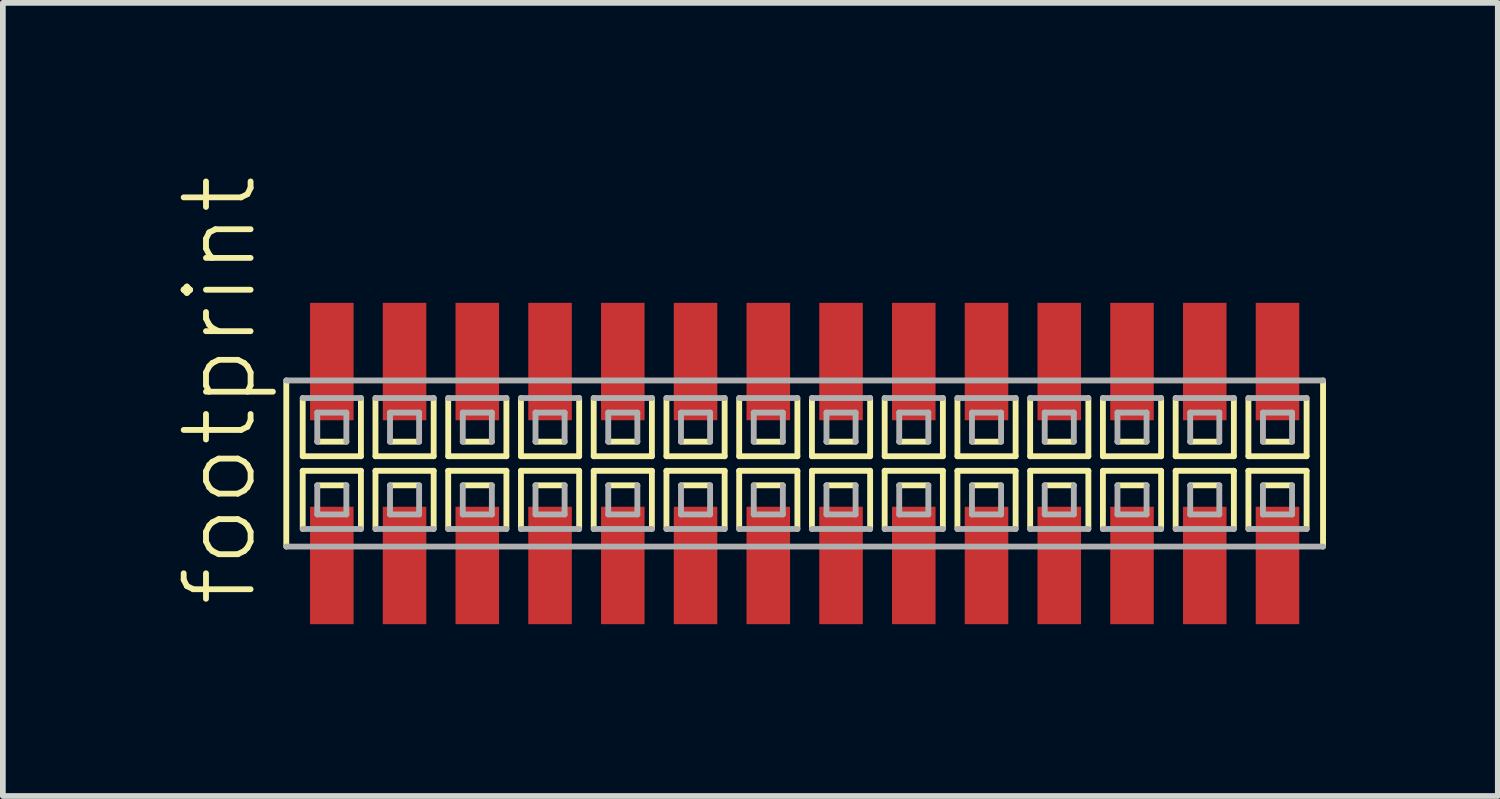
<source format=kicad_pcb>
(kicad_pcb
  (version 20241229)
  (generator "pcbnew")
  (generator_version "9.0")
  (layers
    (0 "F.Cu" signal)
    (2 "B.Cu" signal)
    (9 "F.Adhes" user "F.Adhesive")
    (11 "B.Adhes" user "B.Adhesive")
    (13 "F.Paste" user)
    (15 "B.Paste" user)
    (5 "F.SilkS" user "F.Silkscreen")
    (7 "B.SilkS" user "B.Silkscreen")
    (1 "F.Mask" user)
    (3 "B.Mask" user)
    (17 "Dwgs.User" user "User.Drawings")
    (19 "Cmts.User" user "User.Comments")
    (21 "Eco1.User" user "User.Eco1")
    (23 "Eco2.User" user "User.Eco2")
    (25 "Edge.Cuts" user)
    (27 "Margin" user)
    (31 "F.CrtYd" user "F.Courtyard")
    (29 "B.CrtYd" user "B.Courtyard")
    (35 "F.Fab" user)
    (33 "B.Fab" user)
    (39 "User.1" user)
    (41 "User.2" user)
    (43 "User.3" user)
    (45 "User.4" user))
  (footprint "footprint"
    (layer "F.Cu")
    (at 10.998 5.042)
    (property "Reference" "footprint" (at -9.525 2.54 90) (layer "F.SilkS") (effects (font (size 1.168 1.168) (thickness 0.102)) (justify left bottom)))
    (fp_line (start -9.05 -1.45) (end -9.05 1.45) (stroke (width 0.102) (type solid)) (layer "F.SilkS"))
    (fp_line (start -8.763 -1.143) (end -8.763 -0.127) (stroke (width 0.102) (type solid)) (layer "F.SilkS"))
    (fp_line (start -8.763 -0.127) (end -7.747 -0.127) (stroke (width 0.102) (type solid)) (layer "F.SilkS"))
    (fp_line (start -8.763 0.127) (end -8.763 1.143) (stroke (width 0.102) (type solid)) (layer "F.SilkS"))
    (fp_line (start -8.509 -0.381) (end -8.001 -0.381) (stroke (width 0.102) (type solid)) (layer "F.SilkS"))
    (fp_line (start -8.001 0.381) (end -8.509 0.381) (stroke (width 0.102) (type solid)) (layer "F.SilkS"))
    (fp_line (start -7.747 -0.127) (end -7.747 -1.143) (stroke (width 0.102) (type solid)) (layer "F.SilkS"))
    (fp_line (start -7.747 0.127) (end -8.763 0.127) (stroke (width 0.102) (type solid)) (layer "F.SilkS"))
    (fp_line (start -7.747 1.143) (end -7.747 0.127) (stroke (width 0.102) (type solid)) (layer "F.SilkS"))
    (fp_line (start -7.493 -1.143) (end -7.493 -0.127) (stroke (width 0.102) (type solid)) (layer "F.SilkS"))
    (fp_line (start -7.493 -0.127) (end -6.477 -0.127) (stroke (width 0.102) (type solid)) (layer "F.SilkS"))
    (fp_line (start -7.493 0.127) (end -7.493 1.143) (stroke (width 0.102) (type solid)) (layer "F.SilkS"))
    (fp_line (start -7.239 -0.381) (end -6.731 -0.381) (stroke (width 0.102) (type solid)) (layer "F.SilkS"))
    (fp_line (start -6.731 0.381) (end -7.239 0.381) (stroke (width 0.102) (type solid)) (layer "F.SilkS"))
    (fp_line (start -6.477 -0.127) (end -6.477 -1.143) (stroke (width 0.102) (type solid)) (layer "F.SilkS"))
    (fp_line (start -6.477 0.127) (end -7.493 0.127) (stroke (width 0.102) (type solid)) (layer "F.SilkS"))
    (fp_line (start -6.477 1.143) (end -6.477 0.127) (stroke (width 0.102) (type solid)) (layer "F.SilkS"))
    (fp_line (start -6.223 -1.143) (end -6.223 -0.127) (stroke (width 0.102) (type solid)) (layer "F.SilkS"))
    (fp_line (start -6.223 -0.127) (end -5.207 -0.127) (stroke (width 0.102) (type solid)) (layer "F.SilkS"))
    (fp_line (start -6.223 0.127) (end -6.223 1.143) (stroke (width 0.102) (type solid)) (layer "F.SilkS"))
    (fp_line (start -5.969 -0.381) (end -5.461 -0.381) (stroke (width 0.102) (type solid)) (layer "F.SilkS"))
    (fp_line (start -5.461 0.381) (end -5.969 0.381) (stroke (width 0.102) (type solid)) (layer "F.SilkS"))
    (fp_line (start -5.207 -0.127) (end -5.207 -1.143) (stroke (width 0.102) (type solid)) (layer "F.SilkS"))
    (fp_line (start -5.207 0.127) (end -6.223 0.127) (stroke (width 0.102) (type solid)) (layer "F.SilkS"))
    (fp_line (start -5.207 1.143) (end -5.207 0.127) (stroke (width 0.102) (type solid)) (layer "F.SilkS"))
    (fp_line (start -4.953 -1.143) (end -4.953 -0.127) (stroke (width 0.102) (type solid)) (layer "F.SilkS"))
    (fp_line (start -4.953 -0.127) (end -3.937 -0.127) (stroke (width 0.102) (type solid)) (layer "F.SilkS"))
    (fp_line (start -4.953 0.127) (end -4.953 1.143) (stroke (width 0.102) (type solid)) (layer "F.SilkS"))
    (fp_line (start -4.699 -0.381) (end -4.191 -0.381) (stroke (width 0.102) (type solid)) (layer "F.SilkS"))
    (fp_line (start -4.191 0.381) (end -4.699 0.381) (stroke (width 0.102) (type solid)) (layer "F.SilkS"))
    (fp_line (start -3.937 -0.127) (end -3.937 -1.143) (stroke (width 0.102) (type solid)) (layer "F.SilkS"))
    (fp_line (start -3.937 0.127) (end -4.953 0.127) (stroke (width 0.102) (type solid)) (layer "F.SilkS"))
    (fp_line (start -3.937 1.143) (end -3.937 0.127) (stroke (width 0.102) (type solid)) (layer "F.SilkS"))
    (fp_line (start -3.683 -1.143) (end -3.683 -0.127) (stroke (width 0.102) (type solid)) (layer "F.SilkS"))
    (fp_line (start -3.683 -0.127) (end -2.667 -0.127) (stroke (width 0.102) (type solid)) (layer "F.SilkS"))
    (fp_line (start -3.683 0.127) (end -3.683 1.143) (stroke (width 0.102) (type solid)) (layer "F.SilkS"))
    (fp_line (start -3.429 -0.381) (end -2.921 -0.381) (stroke (width 0.102) (type solid)) (layer "F.SilkS"))
    (fp_line (start -2.921 0.381) (end -3.429 0.381) (stroke (width 0.102) (type solid)) (layer "F.SilkS"))
    (fp_line (start -2.667 -0.127) (end -2.667 -1.143) (stroke (width 0.102) (type solid)) (layer "F.SilkS"))
    (fp_line (start -2.667 0.127) (end -3.683 0.127) (stroke (width 0.102) (type solid)) (layer "F.SilkS"))
    (fp_line (start -2.667 1.143) (end -2.667 0.127) (stroke (width 0.102) (type solid)) (layer "F.SilkS"))
    (fp_line (start -2.413 -1.143) (end -2.413 -0.127) (stroke (width 0.102) (type solid)) (layer "F.SilkS"))
    (fp_line (start -2.413 -0.127) (end -1.397 -0.127) (stroke (width 0.102) (type solid)) (layer "F.SilkS"))
    (fp_line (start -2.413 0.127) (end -2.413 1.143) (stroke (width 0.102) (type solid)) (layer "F.SilkS"))
    (fp_line (start -2.159 -0.381) (end -1.651 -0.381) (stroke (width 0.102) (type solid)) (layer "F.SilkS"))
    (fp_line (start -1.651 0.381) (end -2.159 0.381) (stroke (width 0.102) (type solid)) (layer "F.SilkS"))
    (fp_line (start -1.397 -0.127) (end -1.397 -1.143) (stroke (width 0.102) (type solid)) (layer "F.SilkS"))
    (fp_line (start -1.397 0.127) (end -2.413 0.127) (stroke (width 0.102) (type solid)) (layer "F.SilkS"))
    (fp_line (start -1.397 1.143) (end -1.397 0.127) (stroke (width 0.102) (type solid)) (layer "F.SilkS"))
    (fp_line (start -1.143 -1.143) (end -1.143 -0.127) (stroke (width 0.102) (type solid)) (layer "F.SilkS"))
    (fp_line (start -1.143 -0.127) (end -0.127 -0.127) (stroke (width 0.102) (type solid)) (layer "F.SilkS"))
    (fp_line (start -1.143 0.127) (end -1.143 1.143) (stroke (width 0.102) (type solid)) (layer "F.SilkS"))
    (fp_line (start -0.889 -0.381) (end -0.381 -0.381) (stroke (width 0.102) (type solid)) (layer "F.SilkS"))
    (fp_line (start -0.381 0.381) (end -0.889 0.381) (stroke (width 0.102) (type solid)) (layer "F.SilkS"))
    (fp_line (start -0.127 -0.127) (end -0.127 -1.143) (stroke (width 0.102) (type solid)) (layer "F.SilkS"))
    (fp_line (start -0.127 0.127) (end -1.143 0.127) (stroke (width 0.102) (type solid)) (layer "F.SilkS"))
    (fp_line (start -0.127 1.143) (end -0.127 0.127) (stroke (width 0.102) (type solid)) (layer "F.SilkS"))
    (fp_line (start 0.127 -1.143) (end 0.127 -0.127) (stroke (width 0.102) (type solid)) (layer "F.SilkS"))
    (fp_line (start 0.127 -0.127) (end 1.143 -0.127) (stroke (width 0.102) (type solid)) (layer "F.SilkS"))
    (fp_line (start 0.127 0.127) (end 0.127 1.143) (stroke (width 0.102) (type solid)) (layer "F.SilkS"))
    (fp_line (start 0.381 -0.381) (end 0.889 -0.381) (stroke (width 0.102) (type solid)) (layer "F.SilkS"))
    (fp_line (start 0.889 0.381) (end 0.381 0.381) (stroke (width 0.102) (type solid)) (layer "F.SilkS"))
    (fp_line (start 1.143 -0.127) (end 1.143 -1.143) (stroke (width 0.102) (type solid)) (layer "F.SilkS"))
    (fp_line (start 1.143 0.127) (end 0.127 0.127) (stroke (width 0.102) (type solid)) (layer "F.SilkS"))
    (fp_line (start 1.143 1.143) (end 1.143 0.127) (stroke (width 0.102) (type solid)) (layer "F.SilkS"))
    (fp_line (start 1.397 -1.143) (end 1.397 -0.127) (stroke (width 0.102) (type solid)) (layer "F.SilkS"))
    (fp_line (start 1.397 -0.127) (end 2.413 -0.127) (stroke (width 0.102) (type solid)) (layer "F.SilkS"))
    (fp_line (start 1.397 0.127) (end 1.397 1.143) (stroke (width 0.102) (type solid)) (layer "F.SilkS"))
    (fp_line (start 1.651 -0.381) (end 2.159 -0.381) (stroke (width 0.102) (type solid)) (layer "F.SilkS"))
    (fp_line (start 2.159 0.381) (end 1.651 0.381) (stroke (width 0.102) (type solid)) (layer "F.SilkS"))
    (fp_line (start 2.413 -0.127) (end 2.413 -1.143) (stroke (width 0.102) (type solid)) (layer "F.SilkS"))
    (fp_line (start 2.413 0.127) (end 1.397 0.127) (stroke (width 0.102) (type solid)) (layer "F.SilkS"))
    (fp_line (start 2.413 1.143) (end 2.413 0.127) (stroke (width 0.102) (type solid)) (layer "F.SilkS"))
    (fp_line (start 2.667 -1.143) (end 2.667 -0.127) (stroke (width 0.102) (type solid)) (layer "F.SilkS"))
    (fp_line (start 2.667 -0.127) (end 3.683 -0.127) (stroke (width 0.102) (type solid)) (layer "F.SilkS"))
    (fp_line (start 2.667 0.127) (end 2.667 1.143) (stroke (width 0.102) (type solid)) (layer "F.SilkS"))
    (fp_line (start 2.921 -0.381) (end 3.429 -0.381) (stroke (width 0.102) (type solid)) (layer "F.SilkS"))
    (fp_line (start 3.429 0.381) (end 2.921 0.381) (stroke (width 0.102) (type solid)) (layer "F.SilkS"))
    (fp_line (start 3.683 -0.127) (end 3.683 -1.143) (stroke (width 0.102) (type solid)) (layer "F.SilkS"))
    (fp_line (start 3.683 0.127) (end 2.667 0.127) (stroke (width 0.102) (type solid)) (layer "F.SilkS"))
    (fp_line (start 3.683 1.143) (end 3.683 0.127) (stroke (width 0.102) (type solid)) (layer "F.SilkS"))
    (fp_line (start 3.937 -1.143) (end 3.937 -0.127) (stroke (width 0.102) (type solid)) (layer "F.SilkS"))
    (fp_line (start 3.937 -0.127) (end 4.953 -0.127) (stroke (width 0.102) (type solid)) (layer "F.SilkS"))
    (fp_line (start 3.937 0.127) (end 3.937 1.143) (stroke (width 0.102) (type solid)) (layer "F.SilkS"))
    (fp_line (start 4.191 -0.381) (end 4.699 -0.381) (stroke (width 0.102) (type solid)) (layer "F.SilkS"))
    (fp_line (start 4.699 0.381) (end 4.191 0.381) (stroke (width 0.102) (type solid)) (layer "F.SilkS"))
    (fp_line (start 4.953 -0.127) (end 4.953 -1.143) (stroke (width 0.102) (type solid)) (layer "F.SilkS"))
    (fp_line (start 4.953 0.127) (end 3.937 0.127) (stroke (width 0.102) (type solid)) (layer "F.SilkS"))
    (fp_line (start 4.953 1.143) (end 4.953 0.127) (stroke (width 0.102) (type solid)) (layer "F.SilkS"))
    (fp_line (start 5.207 -1.143) (end 5.207 -0.127) (stroke (width 0.102) (type solid)) (layer "F.SilkS"))
    (fp_line (start 5.207 -0.127) (end 6.223 -0.127) (stroke (width 0.102) (type solid)) (layer "F.SilkS"))
    (fp_line (start 5.207 0.127) (end 5.207 1.143) (stroke (width 0.102) (type solid)) (layer "F.SilkS"))
    (fp_line (start 5.461 -0.381) (end 5.969 -0.381) (stroke (width 0.102) (type solid)) (layer "F.SilkS"))
    (fp_line (start 5.969 0.381) (end 5.461 0.381) (stroke (width 0.102) (type solid)) (layer "F.SilkS"))
    (fp_line (start 6.223 -0.127) (end 6.223 -1.143) (stroke (width 0.102) (type solid)) (layer "F.SilkS"))
    (fp_line (start 6.223 0.127) (end 5.207 0.127) (stroke (width 0.102) (type solid)) (layer "F.SilkS"))
    (fp_line (start 6.223 1.143) (end 6.223 0.127) (stroke (width 0.102) (type solid)) (layer "F.SilkS"))
    (fp_line (start 6.477 -1.143) (end 6.477 -0.127) (stroke (width 0.102) (type solid)) (layer "F.SilkS"))
    (fp_line (start 6.477 -0.127) (end 7.493 -0.127) (stroke (width 0.102) (type solid)) (layer "F.SilkS"))
    (fp_line (start 6.477 0.127) (end 6.477 1.143) (stroke (width 0.102) (type solid)) (layer "F.SilkS"))
    (fp_line (start 6.731 -0.381) (end 7.239 -0.381) (stroke (width 0.102) (type solid)) (layer "F.SilkS"))
    (fp_line (start 7.239 0.381) (end 6.731 0.381) (stroke (width 0.102) (type solid)) (layer "F.SilkS"))
    (fp_line (start 7.493 -0.127) (end 7.493 -1.143) (stroke (width 0.102) (type solid)) (layer "F.SilkS"))
    (fp_line (start 7.493 0.127) (end 6.477 0.127) (stroke (width 0.102) (type solid)) (layer "F.SilkS"))
    (fp_line (start 7.493 1.143) (end 7.493 0.127) (stroke (width 0.102) (type solid)) (layer "F.SilkS"))
    (fp_line (start 7.747 -1.143) (end 7.747 -0.127) (stroke (width 0.102) (type solid)) (layer "F.SilkS"))
    (fp_line (start 7.747 -0.127) (end 8.763 -0.127) (stroke (width 0.102) (type solid)) (layer "F.SilkS"))
    (fp_line (start 7.747 0.127) (end 7.747 1.143) (stroke (width 0.102) (type solid)) (layer "F.SilkS"))
    (fp_line (start 8.001 -0.381) (end 8.509 -0.381) (stroke (width 0.102) (type solid)) (layer "F.SilkS"))
    (fp_line (start 8.509 0.381) (end 8.001 0.381) (stroke (width 0.102) (type solid)) (layer "F.SilkS"))
    (fp_line (start 8.763 -0.127) (end 8.763 -1.143) (stroke (width 0.102) (type solid)) (layer "F.SilkS"))
    (fp_line (start 8.763 0.127) (end 7.747 0.127) (stroke (width 0.102) (type solid)) (layer "F.SilkS"))
    (fp_line (start 8.763 1.143) (end 8.763 0.127) (stroke (width 0.102) (type solid)) (layer "F.SilkS"))
    (fp_line (start 9.05 1.45) (end 9.05 -1.45) (stroke (width 0.102) (type solid)) (layer "F.SilkS"))
    (fp_line (start -9.05 1.45) (end 9.05 1.45) (stroke (width 0.102) (type solid)) (layer "F.Fab"))
    (fp_line (start -8.763 1.143) (end -7.747 1.143) (stroke (width 0.102) (type solid)) (layer "F.Fab"))
    (fp_line (start -8.509 -0.889) (end -8.509 -0.381) (stroke (width 0.102) (type solid)) (layer "F.Fab"))
    (fp_line (start -8.509 0.381) (end -8.509 0.889) (stroke (width 0.102) (type solid)) (layer "F.Fab"))
    (fp_line (start -8.509 0.889) (end -8.001 0.889) (stroke (width 0.102) (type solid)) (layer "F.Fab"))
    (fp_line (start -8.001 -0.889) (end -8.509 -0.889) (stroke (width 0.102) (type solid)) (layer "F.Fab"))
    (fp_line (start -8.001 -0.381) (end -8.001 -0.889) (stroke (width 0.102) (type solid)) (layer "F.Fab"))
    (fp_line (start -8.001 0.889) (end -8.001 0.381) (stroke (width 0.102) (type solid)) (layer "F.Fab"))
    (fp_line (start -7.747 -1.143) (end -8.763 -1.143) (stroke (width 0.102) (type solid)) (layer "F.Fab"))
    (fp_line (start -7.493 1.143) (end -6.477 1.143) (stroke (width 0.102) (type solid)) (layer "F.Fab"))
    (fp_line (start -7.239 -0.889) (end -7.239 -0.381) (stroke (width 0.102) (type solid)) (layer "F.Fab"))
    (fp_line (start -7.239 0.381) (end -7.239 0.889) (stroke (width 0.102) (type solid)) (layer "F.Fab"))
    (fp_line (start -7.239 0.889) (end -6.731 0.889) (stroke (width 0.102) (type solid)) (layer "F.Fab"))
    (fp_line (start -6.731 -0.889) (end -7.239 -0.889) (stroke (width 0.102) (type solid)) (layer "F.Fab"))
    (fp_line (start -6.731 -0.381) (end -6.731 -0.889) (stroke (width 0.102) (type solid)) (layer "F.Fab"))
    (fp_line (start -6.731 0.889) (end -6.731 0.381) (stroke (width 0.102) (type solid)) (layer "F.Fab"))
    (fp_line (start -6.477 -1.143) (end -7.493 -1.143) (stroke (width 0.102) (type solid)) (layer "F.Fab"))
    (fp_line (start -6.223 1.143) (end -5.207 1.143) (stroke (width 0.102) (type solid)) (layer "F.Fab"))
    (fp_line (start -5.969 -0.889) (end -5.969 -0.381) (stroke (width 0.102) (type solid)) (layer "F.Fab"))
    (fp_line (start -5.969 0.381) (end -5.969 0.889) (stroke (width 0.102) (type solid)) (layer "F.Fab"))
    (fp_line (start -5.969 0.889) (end -5.461 0.889) (stroke (width 0.102) (type solid)) (layer "F.Fab"))
    (fp_line (start -5.461 -0.889) (end -5.969 -0.889) (stroke (width 0.102) (type solid)) (layer "F.Fab"))
    (fp_line (start -5.461 -0.381) (end -5.461 -0.889) (stroke (width 0.102) (type solid)) (layer "F.Fab"))
    (fp_line (start -5.461 0.889) (end -5.461 0.381) (stroke (width 0.102) (type solid)) (layer "F.Fab"))
    (fp_line (start -5.207 -1.143) (end -6.223 -1.143) (stroke (width 0.102) (type solid)) (layer "F.Fab"))
    (fp_line (start -4.953 1.143) (end -3.937 1.143) (stroke (width 0.102) (type solid)) (layer "F.Fab"))
    (fp_line (start -4.699 -0.889) (end -4.699 -0.381) (stroke (width 0.102) (type solid)) (layer "F.Fab"))
    (fp_line (start -4.699 0.381) (end -4.699 0.889) (stroke (width 0.102) (type solid)) (layer "F.Fab"))
    (fp_line (start -4.699 0.889) (end -4.191 0.889) (stroke (width 0.102) (type solid)) (layer "F.Fab"))
    (fp_line (start -4.191 -0.889) (end -4.699 -0.889) (stroke (width 0.102) (type solid)) (layer "F.Fab"))
    (fp_line (start -4.191 -0.381) (end -4.191 -0.889) (stroke (width 0.102) (type solid)) (layer "F.Fab"))
    (fp_line (start -4.191 0.889) (end -4.191 0.381) (stroke (width 0.102) (type solid)) (layer "F.Fab"))
    (fp_line (start -3.937 -1.143) (end -4.953 -1.143) (stroke (width 0.102) (type solid)) (layer "F.Fab"))
    (fp_line (start -3.683 1.143) (end -2.667 1.143) (stroke (width 0.102) (type solid)) (layer "F.Fab"))
    (fp_line (start -3.429 -0.889) (end -3.429 -0.381) (stroke (width 0.102) (type solid)) (layer "F.Fab"))
    (fp_line (start -3.429 0.381) (end -3.429 0.889) (stroke (width 0.102) (type solid)) (layer "F.Fab"))
    (fp_line (start -3.429 0.889) (end -2.921 0.889) (stroke (width 0.102) (type solid)) (layer "F.Fab"))
    (fp_line (start -2.921 -0.889) (end -3.429 -0.889) (stroke (width 0.102) (type solid)) (layer "F.Fab"))
    (fp_line (start -2.921 -0.381) (end -2.921 -0.889) (stroke (width 0.102) (type solid)) (layer "F.Fab"))
    (fp_line (start -2.921 0.889) (end -2.921 0.381) (stroke (width 0.102) (type solid)) (layer "F.Fab"))
    (fp_line (start -2.667 -1.143) (end -3.683 -1.143) (stroke (width 0.102) (type solid)) (layer "F.Fab"))
    (fp_line (start -2.413 1.143) (end -1.397 1.143) (stroke (width 0.102) (type solid)) (layer "F.Fab"))
    (fp_line (start -2.159 -0.889) (end -2.159 -0.381) (stroke (width 0.102) (type solid)) (layer "F.Fab"))
    (fp_line (start -2.159 0.381) (end -2.159 0.889) (stroke (width 0.102) (type solid)) (layer "F.Fab"))
    (fp_line (start -2.159 0.889) (end -1.651 0.889) (stroke (width 0.102) (type solid)) (layer "F.Fab"))
    (fp_line (start -1.651 -0.889) (end -2.159 -0.889) (stroke (width 0.102) (type solid)) (layer "F.Fab"))
    (fp_line (start -1.651 -0.381) (end -1.651 -0.889) (stroke (width 0.102) (type solid)) (layer "F.Fab"))
    (fp_line (start -1.651 0.889) (end -1.651 0.381) (stroke (width 0.102) (type solid)) (layer "F.Fab"))
    (fp_line (start -1.397 -1.143) (end -2.413 -1.143) (stroke (width 0.102) (type solid)) (layer "F.Fab"))
    (fp_line (start -1.143 1.143) (end -0.127 1.143) (stroke (width 0.102) (type solid)) (layer "F.Fab"))
    (fp_line (start -0.889 -0.889) (end -0.889 -0.381) (stroke (width 0.102) (type solid)) (layer "F.Fab"))
    (fp_line (start -0.889 0.381) (end -0.889 0.889) (stroke (width 0.102) (type solid)) (layer "F.Fab"))
    (fp_line (start -0.889 0.889) (end -0.381 0.889) (stroke (width 0.102) (type solid)) (layer "F.Fab"))
    (fp_line (start -0.381 -0.889) (end -0.889 -0.889) (stroke (width 0.102) (type solid)) (layer "F.Fab"))
    (fp_line (start -0.381 -0.381) (end -0.381 -0.889) (stroke (width 0.102) (type solid)) (layer "F.Fab"))
    (fp_line (start -0.381 0.889) (end -0.381 0.381) (stroke (width 0.102) (type solid)) (layer "F.Fab"))
    (fp_line (start -0.127 -1.143) (end -1.143 -1.143) (stroke (width 0.102) (type solid)) (layer "F.Fab"))
    (fp_line (start 0.127 1.143) (end 1.143 1.143) (stroke (width 0.102) (type solid)) (layer "F.Fab"))
    (fp_line (start 0.381 -0.889) (end 0.381 -0.381) (stroke (width 0.102) (type solid)) (layer "F.Fab"))
    (fp_line (start 0.381 0.381) (end 0.381 0.889) (stroke (width 0.102) (type solid)) (layer "F.Fab"))
    (fp_line (start 0.381 0.889) (end 0.889 0.889) (stroke (width 0.102) (type solid)) (layer "F.Fab"))
    (fp_line (start 0.889 -0.889) (end 0.381 -0.889) (stroke (width 0.102) (type solid)) (layer "F.Fab"))
    (fp_line (start 0.889 -0.381) (end 0.889 -0.889) (stroke (width 0.102) (type solid)) (layer "F.Fab"))
    (fp_line (start 0.889 0.889) (end 0.889 0.381) (stroke (width 0.102) (type solid)) (layer "F.Fab"))
    (fp_line (start 1.143 -1.143) (end 0.127 -1.143) (stroke (width 0.102) (type solid)) (layer "F.Fab"))
    (fp_line (start 1.397 1.143) (end 2.413 1.143) (stroke (width 0.102) (type solid)) (layer "F.Fab"))
    (fp_line (start 1.651 -0.889) (end 1.651 -0.381) (stroke (width 0.102) (type solid)) (layer "F.Fab"))
    (fp_line (start 1.651 0.381) (end 1.651 0.889) (stroke (width 0.102) (type solid)) (layer "F.Fab"))
    (fp_line (start 1.651 0.889) (end 2.159 0.889) (stroke (width 0.102) (type solid)) (layer "F.Fab"))
    (fp_line (start 2.159 -0.889) (end 1.651 -0.889) (stroke (width 0.102) (type solid)) (layer "F.Fab"))
    (fp_line (start 2.159 -0.381) (end 2.159 -0.889) (stroke (width 0.102) (type solid)) (layer "F.Fab"))
    (fp_line (start 2.159 0.889) (end 2.159 0.381) (stroke (width 0.102) (type solid)) (layer "F.Fab"))
    (fp_line (start 2.413 -1.143) (end 1.397 -1.143) (stroke (width 0.102) (type solid)) (layer "F.Fab"))
    (fp_line (start 2.667 1.143) (end 3.683 1.143) (stroke (width 0.102) (type solid)) (layer "F.Fab"))
    (fp_line (start 2.921 -0.889) (end 2.921 -0.381) (stroke (width 0.102) (type solid)) (layer "F.Fab"))
    (fp_line (start 2.921 0.381) (end 2.921 0.889) (stroke (width 0.102) (type solid)) (layer "F.Fab"))
    (fp_line (start 2.921 0.889) (end 3.429 0.889) (stroke (width 0.102) (type solid)) (layer "F.Fab"))
    (fp_line (start 3.429 -0.889) (end 2.921 -0.889) (stroke (width 0.102) (type solid)) (layer "F.Fab"))
    (fp_line (start 3.429 -0.381) (end 3.429 -0.889) (stroke (width 0.102) (type solid)) (layer "F.Fab"))
    (fp_line (start 3.429 0.889) (end 3.429 0.381) (stroke (width 0.102) (type solid)) (layer "F.Fab"))
    (fp_line (start 3.683 -1.143) (end 2.667 -1.143) (stroke (width 0.102) (type solid)) (layer "F.Fab"))
    (fp_line (start 3.937 1.143) (end 4.953 1.143) (stroke (width 0.102) (type solid)) (layer "F.Fab"))
    (fp_line (start 4.191 -0.889) (end 4.191 -0.381) (stroke (width 0.102) (type solid)) (layer "F.Fab"))
    (fp_line (start 4.191 0.381) (end 4.191 0.889) (stroke (width 0.102) (type solid)) (layer "F.Fab"))
    (fp_line (start 4.191 0.889) (end 4.699 0.889) (stroke (width 0.102) (type solid)) (layer "F.Fab"))
    (fp_line (start 4.699 -0.889) (end 4.191 -0.889) (stroke (width 0.102) (type solid)) (layer "F.Fab"))
    (fp_line (start 4.699 -0.381) (end 4.699 -0.889) (stroke (width 0.102) (type solid)) (layer "F.Fab"))
    (fp_line (start 4.699 0.889) (end 4.699 0.381) (stroke (width 0.102) (type solid)) (layer "F.Fab"))
    (fp_line (start 4.953 -1.143) (end 3.937 -1.143) (stroke (width 0.102) (type solid)) (layer "F.Fab"))
    (fp_line (start 5.207 1.143) (end 6.223 1.143) (stroke (width 0.102) (type solid)) (layer "F.Fab"))
    (fp_line (start 5.461 -0.889) (end 5.461 -0.381) (stroke (width 0.102) (type solid)) (layer "F.Fab"))
    (fp_line (start 5.461 0.381) (end 5.461 0.889) (stroke (width 0.102) (type solid)) (layer "F.Fab"))
    (fp_line (start 5.461 0.889) (end 5.969 0.889) (stroke (width 0.102) (type solid)) (layer "F.Fab"))
    (fp_line (start 5.969 -0.889) (end 5.461 -0.889) (stroke (width 0.102) (type solid)) (layer "F.Fab"))
    (fp_line (start 5.969 -0.381) (end 5.969 -0.889) (stroke (width 0.102) (type solid)) (layer "F.Fab"))
    (fp_line (start 5.969 0.889) (end 5.969 0.381) (stroke (width 0.102) (type solid)) (layer "F.Fab"))
    (fp_line (start 6.223 -1.143) (end 5.207 -1.143) (stroke (width 0.102) (type solid)) (layer "F.Fab"))
    (fp_line (start 6.477 1.143) (end 7.493 1.143) (stroke (width 0.102) (type solid)) (layer "F.Fab"))
    (fp_line (start 6.731 -0.889) (end 6.731 -0.381) (stroke (width 0.102) (type solid)) (layer "F.Fab"))
    (fp_line (start 6.731 0.381) (end 6.731 0.889) (stroke (width 0.102) (type solid)) (layer "F.Fab"))
    (fp_line (start 6.731 0.889) (end 7.239 0.889) (stroke (width 0.102) (type solid)) (layer "F.Fab"))
    (fp_line (start 7.239 -0.889) (end 6.731 -0.889) (stroke (width 0.102) (type solid)) (layer "F.Fab"))
    (fp_line (start 7.239 -0.381) (end 7.239 -0.889) (stroke (width 0.102) (type solid)) (layer "F.Fab"))
    (fp_line (start 7.239 0.889) (end 7.239 0.381) (stroke (width 0.102) (type solid)) (layer "F.Fab"))
    (fp_line (start 7.493 -1.143) (end 6.477 -1.143) (stroke (width 0.102) (type solid)) (layer "F.Fab"))
    (fp_line (start 7.747 1.143) (end 8.763 1.143) (stroke (width 0.102) (type solid)) (layer "F.Fab"))
    (fp_line (start 8.001 -0.889) (end 8.001 -0.381) (stroke (width 0.102) (type solid)) (layer "F.Fab"))
    (fp_line (start 8.001 0.381) (end 8.001 0.889) (stroke (width 0.102) (type solid)) (layer "F.Fab"))
    (fp_line (start 8.001 0.889) (end 8.509 0.889) (stroke (width 0.102) (type solid)) (layer "F.Fab"))
    (fp_line (start 8.509 -0.889) (end 8.001 -0.889) (stroke (width 0.102) (type solid)) (layer "F.Fab"))
    (fp_line (start 8.509 -0.381) (end 8.509 -0.889) (stroke (width 0.102) (type solid)) (layer "F.Fab"))
    (fp_line (start 8.509 0.889) (end 8.509 0.381) (stroke (width 0.102) (type solid)) (layer "F.Fab"))
    (fp_line (start 8.763 -1.143) (end 7.747 -1.143) (stroke (width 0.102) (type solid)) (layer "F.Fab"))
    (fp_line (start 9.05 -1.45) (end -9.05 -1.45) (stroke (width 0.102) (type solid)) (layer "F.Fab"))
    (pad "1" smd rect (at -8.255 1.78) (size 0.76 2.05) (layers "F.Cu" "F.Mask" "F.Paste"))
    (pad "2" smd rect (at -8.255 -1.78) (size 0.76 2.05) (layers "F.Cu" "F.Mask" "F.Paste"))
    (pad "3" smd rect (at -6.985 1.78) (size 0.76 2.05) (layers "F.Cu" "F.Mask" "F.Paste"))
    (pad "4" smd rect (at -6.985 -1.78) (size 0.76 2.05) (layers "F.Cu" "F.Mask" "F.Paste"))
    (pad "5" smd rect (at -5.715 1.78) (size 0.76 2.05) (layers "F.Cu" "F.Mask" "F.Paste"))
    (pad "6" smd rect (at -5.715 -1.78) (size 0.76 2.05) (layers "F.Cu" "F.Mask" "F.Paste"))
    (pad "7" smd rect (at -4.445 1.78) (size 0.76 2.05) (layers "F.Cu" "F.Mask" "F.Paste"))
    (pad "8" smd rect (at -4.445 -1.78) (size 0.76 2.05) (layers "F.Cu" "F.Mask" "F.Paste"))
    (pad "9" smd rect (at -3.175 1.78) (size 0.76 2.05) (layers "F.Cu" "F.Mask" "F.Paste"))
    (pad "10" smd rect (at -3.175 -1.78) (size 0.76 2.05) (layers "F.Cu" "F.Mask" "F.Paste"))
    (pad "11" smd rect (at -1.905 1.78) (size 0.76 2.05) (layers "F.Cu" "F.Mask" "F.Paste"))
    (pad "12" smd rect (at -1.905 -1.78) (size 0.76 2.05) (layers "F.Cu" "F.Mask" "F.Paste"))
    (pad "13" smd rect (at -0.635 1.78) (size 0.76 2.05) (layers "F.Cu" "F.Mask" "F.Paste"))
    (pad "14" smd rect (at -0.635 -1.78) (size 0.76 2.05) (layers "F.Cu" "F.Mask" "F.Paste"))
    (pad "15" smd rect (at 0.635 1.78) (size 0.76 2.05) (layers "F.Cu" "F.Mask" "F.Paste"))
    (pad "16" smd rect (at 0.635 -1.78) (size 0.76 2.05) (layers "F.Cu" "F.Mask" "F.Paste"))
    (pad "17" smd rect (at 1.905 1.78) (size 0.76 2.05) (layers "F.Cu" "F.Mask" "F.Paste"))
    (pad "18" smd rect (at 1.905 -1.78) (size 0.76 2.05) (layers "F.Cu" "F.Mask" "F.Paste"))
    (pad "19" smd rect (at 3.175 1.78) (size 0.76 2.05) (layers "F.Cu" "F.Mask" "F.Paste"))
    (pad "20" smd rect (at 3.175 -1.78) (size 0.76 2.05) (layers "F.Cu" "F.Mask" "F.Paste"))
    (pad "21" smd rect (at 4.445 1.78) (size 0.76 2.05) (layers "F.Cu" "F.Mask" "F.Paste"))
    (pad "22" smd rect (at 4.445 -1.78) (size 0.76 2.05) (layers "F.Cu" "F.Mask" "F.Paste"))
    (pad "23" smd rect (at 5.715 1.78) (size 0.76 2.05) (layers "F.Cu" "F.Mask" "F.Paste"))
    (pad "24" smd rect (at 5.715 -1.78) (size 0.76 2.05) (layers "F.Cu" "F.Mask" "F.Paste"))
    (pad "25" smd rect (at 6.985 1.78) (size 0.76 2.05) (layers "F.Cu" "F.Mask" "F.Paste"))
    (pad "26" smd rect (at 6.985 -1.78) (size 0.76 2.05) (layers "F.Cu" "F.Mask" "F.Paste"))
    (pad "27" smd rect (at 8.255 1.78) (size 0.76 2.05) (layers "F.Cu" "F.Mask" "F.Paste"))
    (pad "28" smd rect (at 8.255 -1.78) (size 0.76 2.05) (layers "F.Cu" "F.Mask" "F.Paste")))
  (gr_rect
    (start -3 -3)
    (end 23.099 10.847)
    (stroke (width 0.1) (type default))
    (fill no)
    (layer "Edge.Cuts")))
</source>
